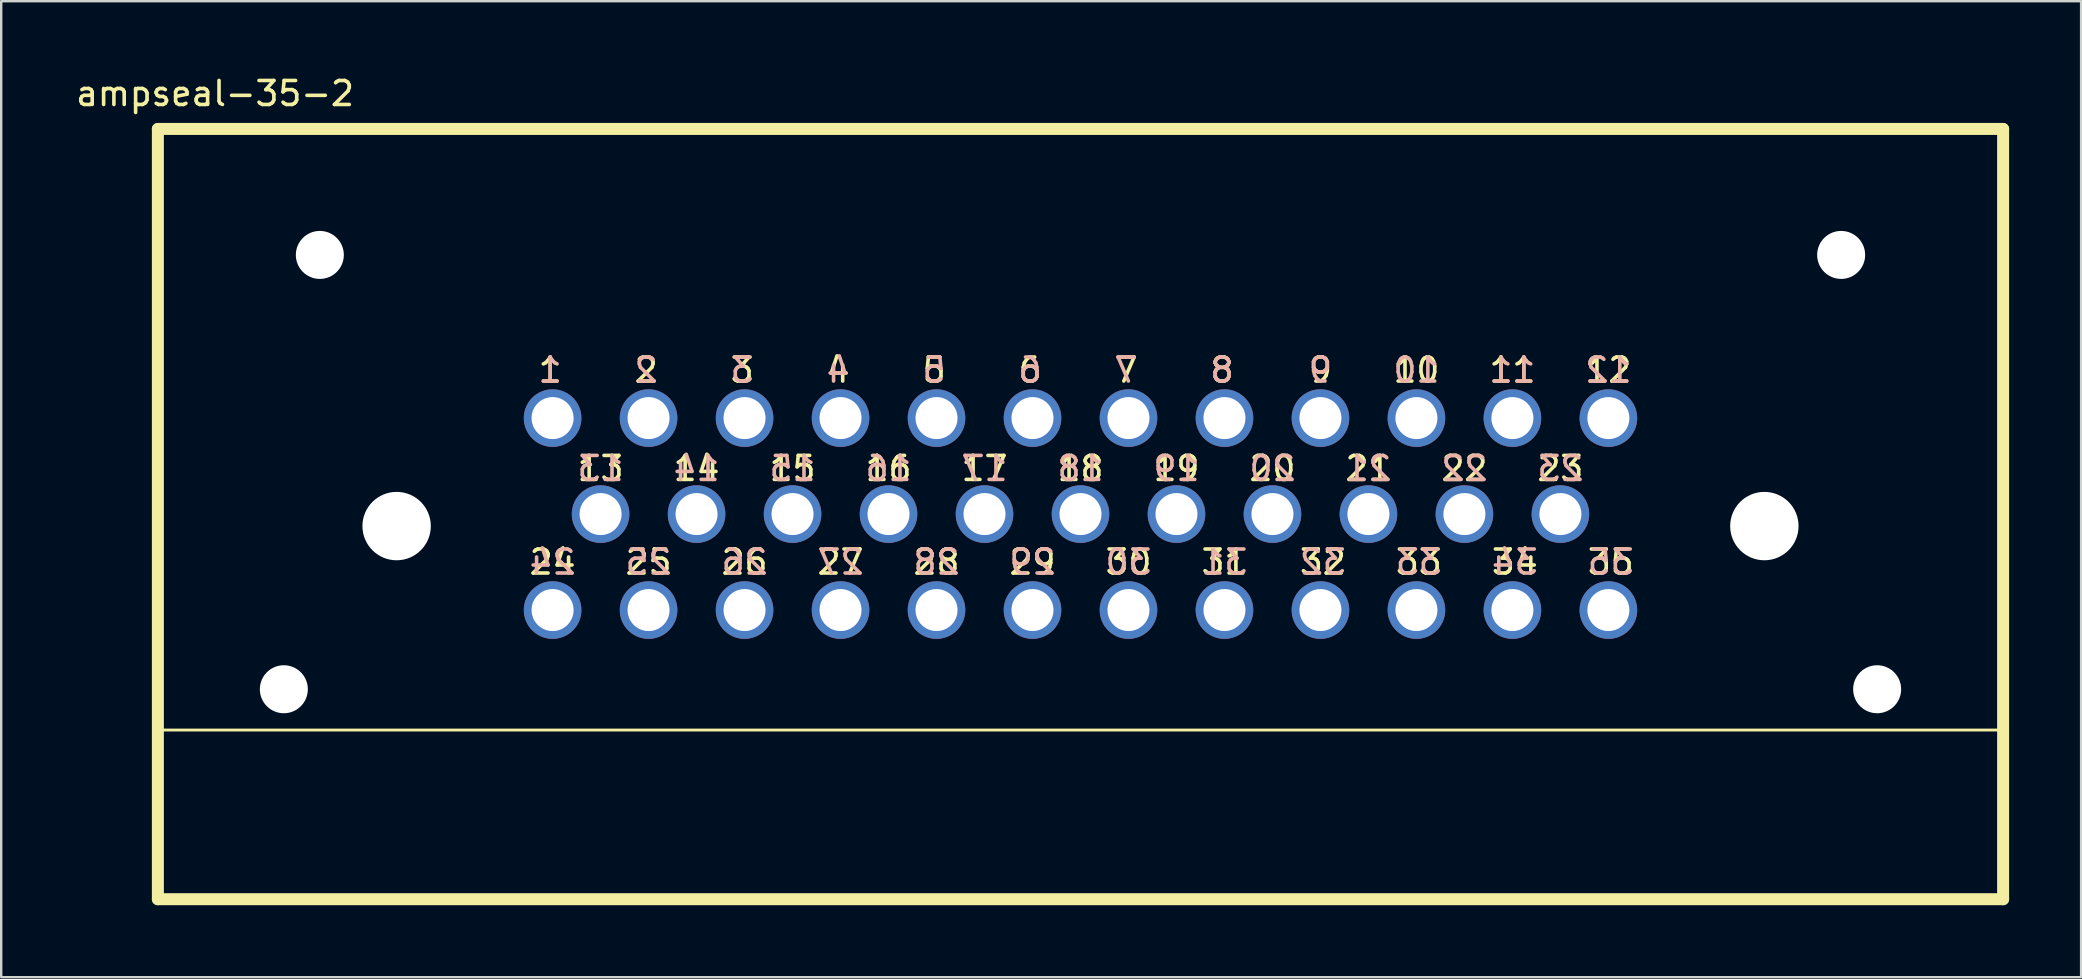
<source format=kicad_pcb>
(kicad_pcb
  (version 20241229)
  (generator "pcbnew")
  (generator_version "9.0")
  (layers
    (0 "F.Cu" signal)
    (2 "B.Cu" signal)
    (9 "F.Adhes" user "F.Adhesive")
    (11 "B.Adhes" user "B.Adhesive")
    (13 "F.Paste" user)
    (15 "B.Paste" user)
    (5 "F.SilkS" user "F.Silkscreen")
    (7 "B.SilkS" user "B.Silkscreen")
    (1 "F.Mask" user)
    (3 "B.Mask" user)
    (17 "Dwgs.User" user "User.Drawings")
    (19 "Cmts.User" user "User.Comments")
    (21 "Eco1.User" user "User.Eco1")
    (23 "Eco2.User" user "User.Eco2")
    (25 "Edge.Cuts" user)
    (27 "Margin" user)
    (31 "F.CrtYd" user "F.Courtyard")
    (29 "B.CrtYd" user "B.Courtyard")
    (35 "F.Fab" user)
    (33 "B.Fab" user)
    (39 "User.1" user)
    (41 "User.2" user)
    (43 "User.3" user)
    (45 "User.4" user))
  (footprint "ampseal-35-2"
    (layer "F.Cu")
    (at 41.979 18.374)
    (property "Reference" "ampseal-35-2" (at -36.068 -17.526 0) (layer "F.SilkS") (effects (font (size 1 1) (thickness 0.15))))
    (attr through_hole)
    (fp_line (start -38.45 -16.05) (end -38.45 16.05) (stroke (width 0.5) (type solid)) (layer "F.SilkS"))
    (fp_line (start -38.45 -16.05) (end 38.45 -16.05) (stroke (width 0.5) (type solid)) (layer "F.SilkS"))
    (fp_line (start -38.45 16.05) (end 38.45 16.05) (stroke (width 0.5) (type solid)) (layer "F.SilkS"))
    (fp_line (start -38.354 9) (end 38.354 9) (stroke (width 0.12) (type solid)) (layer "F.SilkS"))
    (fp_line (start 38.45 -16.05) (end 38.45 16.05) (stroke (width 0.5) (type solid)) (layer "F.SilkS"))
    (fp_text user "5" (at -6.1 -6 0) (unlocked yes) (layer "F.SilkS") (effects (font (size 1 1) (thickness 0.15))))
    (fp_text user "12" (at 22 -6 0) (unlocked yes) (layer "F.SilkS") (effects (font (size 1 1) (thickness 0.15))))
    (fp_text user "3" (at -14.1 -6 0) (unlocked yes) (layer "F.SilkS") (effects (font (size 1 1) (thickness 0.15))))
    (fp_text user "22" (at 16 -1.9 0) (unlocked yes) (layer "F.SilkS") (effects (font (size 1 1) (thickness 0.15))))
    (fp_text user "28" (at -6 2 0) (unlocked yes) (layer "F.SilkS") (effects (font (size 1 1) (thickness 0.15))))
    (fp_text user "15" (at -12 -1.9 0) (unlocked yes) (layer "F.SilkS") (effects (font (size 1 1) (thickness 0.15))))
    (fp_text user "13" (at -20 -1.9 0) (unlocked yes) (layer "F.SilkS") (effects (font (size 1 1) (thickness 0.15))))
    (fp_text user "1" (at -22.1 -6 0) (unlocked yes) (layer "F.SilkS") (effects (font (size 1 1) (thickness 0.15))))
    (fp_text user "11" (at 18 -6 0) (unlocked yes) (layer "F.SilkS") (effects (font (size 1 1) (thickness 0.15))))
    (fp_text user "2" (at -18.1 -6 0) (unlocked yes) (layer "F.SilkS") (effects (font (size 1 1) (thickness 0.15))))
    (fp_text user "35" (at 22.1 2 0) (unlocked yes) (layer "F.SilkS") (effects (font (size 1 1) (thickness 0.15))))
    (fp_text user "32" (at 10.1 2 0) (unlocked yes) (layer "F.SilkS") (effects (font (size 1 1) (thickness 0.15))))
    (fp_text user "21" (at 12 -1.9 0) (unlocked yes) (layer "F.SilkS") (effects (font (size 1 1) (thickness 0.15))))
    (fp_text user "8" (at 5.9 -6 0) (unlocked yes) (layer "F.SilkS") (effects (font (size 1 1) (thickness 0.15))))
    (fp_text user "19" (at 4 -1.9 0) (unlocked yes) (layer "F.SilkS") (effects (font (size 1 1) (thickness 0.15))))
    (fp_text user "6" (at -2.1 -6 0) (unlocked yes) (layer "F.SilkS") (effects (font (size 1 1) (thickness 0.15))))
    (fp_text user "29" (at -2 2 0) (unlocked yes) (layer "F.SilkS") (effects (font (size 1 1) (thickness 0.15))))
    (fp_text user "16" (at -8 -1.9 0) (unlocked yes) (layer "F.SilkS") (effects (font (size 1 1) (thickness 0.15))))
    (fp_text user "10" (at 14 -6 0) (unlocked yes) (layer "F.SilkS") (effects (font (size 1 1) (thickness 0.15))))
    (fp_text user "26" (at -14 2 0) (unlocked yes) (layer "F.SilkS") (effects (font (size 1 1) (thickness 0.15))))
    (fp_text user "31" (at 6 2 0) (unlocked yes) (layer "F.SilkS") (effects (font (size 1 1) (thickness 0.15))))
    (fp_text user "9" (at 10 -6 0) (unlocked yes) (layer "F.SilkS") (effects (font (size 1 1) (thickness 0.15))))
    (fp_text user "27" (at -10 2 0) (unlocked yes) (layer "F.SilkS") (effects (font (size 1 1) (thickness 0.15))))
    (fp_text user "17" (at -4 -1.9 0) (unlocked yes) (layer "F.SilkS") (effects (font (size 1 1) (thickness 0.15))))
    (fp_text user "23" (at 20 -1.9 0) (unlocked yes) (layer "F.SilkS") (effects (font (size 1 1) (thickness 0.15))))
    (fp_text user "20" (at 8 -1.9 0) (unlocked yes) (layer "F.SilkS") (effects (font (size 1 1) (thickness 0.15))))
    (fp_text user "25" (at -18 2 0) (unlocked yes) (layer "F.SilkS") (effects (font (size 1 1) (thickness 0.15))))
    (fp_text user "14" (at -16 -1.9 0) (unlocked yes) (layer "F.SilkS") (effects (font (size 1 1) (thickness 0.15))))
    (fp_text user "4" (at -10.1 -6 0) (unlocked yes) (layer "F.SilkS") (effects (font (size 1 1) (thickness 0.15))))
    (fp_text user "33" (at 14.1 2 0) (unlocked yes) (layer "F.SilkS") (effects (font (size 1 1) (thickness 0.15))))
    (fp_text user "18" (at 0 -1.9 0) (unlocked yes) (layer "F.SilkS") (effects (font (size 1 1) (thickness 0.15))))
    (fp_text user "30" (at 2 2 0) (unlocked yes) (layer "F.SilkS") (effects (font (size 1 1) (thickness 0.15))))
    (fp_text user "34" (at 18.1 2 0) (unlocked yes) (layer "F.SilkS") (effects (font (size 1 1) (thickness 0.15))))
    (fp_text user "7" (at 1.9 -6 0) (unlocked yes) (layer "F.SilkS") (effects (font (size 1 1) (thickness 0.15))))
    (fp_text user "24" (at -22 2 0) (unlocked yes) (layer "F.SilkS") (effects (font (size 1 1) (thickness 0.15))))
    (fp_text user "14" (at -16 -1.9 0) (unlocked yes) (layer "B.SilkS") (effects (font (size 1 1) (thickness 0.15)) (justify mirror)))
    (fp_text user "22" (at 16 -1.9 0) (unlocked yes) (layer "B.SilkS") (effects (font (size 1 1) (thickness 0.15)) (justify mirror)))
    (fp_text user "25" (at -18 2 0) (unlocked yes) (layer "B.SilkS") (effects (font (size 1 1) (thickness 0.15)) (justify mirror)))
    (fp_text user "19" (at 4 -1.9 0) (unlocked yes) (layer "B.SilkS") (effects (font (size 1 1) (thickness 0.15)) (justify mirror)))
    (fp_text user "10" (at 14 -6 0) (unlocked yes) (layer "B.SilkS") (effects (font (size 1 1) (thickness 0.15)) (justify mirror)))
    (fp_text user "5" (at -6.1 -6 0) (unlocked yes) (layer "B.SilkS") (effects (font (size 1 1) (thickness 0.15)) (justify mirror)))
    (fp_text user "29" (at -2 2 0) (unlocked yes) (layer "B.SilkS") (effects (font (size 1 1) (thickness 0.15)) (justify mirror)))
    (fp_text user "7" (at 1.9 -6 0) (unlocked yes) (layer "B.SilkS") (effects (font (size 1 1) (thickness 0.15)) (justify mirror)))
    (fp_text user "17" (at -4 -1.9 0) (unlocked yes) (layer "B.SilkS") (effects (font (size 1 1) (thickness 0.15)) (justify mirror)))
    (fp_text user "20" (at 8 -1.9 0) (unlocked yes) (layer "B.SilkS") (effects (font (size 1 1) (thickness 0.15)) (justify mirror)))
    (fp_text user "13" (at -20 -1.9 0) (unlocked yes) (layer "B.SilkS") (effects (font (size 1 1) (thickness 0.15)) (justify mirror)))
    (fp_text user "21" (at 12 -1.9 0) (unlocked yes) (layer "B.SilkS") (effects (font (size 1 1) (thickness 0.15)) (justify mirror)))
    (fp_text user "32" (at 10.1 2 0) (unlocked yes) (layer "B.SilkS") (effects (font (size 1 1) (thickness 0.15)) (justify mirror)))
    (fp_text user "1" (at -22.1 -6 0) (unlocked yes) (layer "B.SilkS") (effects (font (size 1 1) (thickness 0.15)) (justify mirror)))
    (fp_text user "18" (at 0 -1.9 0) (unlocked yes) (layer "B.SilkS") (effects (font (size 1 1) (thickness 0.15)) (justify mirror)))
    (fp_text user "26" (at -14 2 0) (unlocked yes) (layer "B.SilkS") (effects (font (size 1 1) (thickness 0.15)) (justify mirror)))
    (fp_text user "9" (at 10 -6 0) (unlocked yes) (layer "B.SilkS") (effects (font (size 1 1) (thickness 0.15)) (justify mirror)))
    (fp_text user "27" (at -10 2 0) (unlocked yes) (layer "B.SilkS") (effects (font (size 1 1) (thickness 0.15)) (justify mirror)))
    (fp_text user "35" (at 22.1 2 0) (unlocked yes) (layer "B.SilkS") (effects (font (size 1 1) (thickness 0.15)) (justify mirror)))
    (fp_text user "3" (at -14.1 -6 0) (unlocked yes) (layer "B.SilkS") (effects (font (size 1 1) (thickness 0.15)) (justify mirror)))
    (fp_text user "34" (at 18.1 2 0) (unlocked yes) (layer "B.SilkS") (effects (font (size 1 1) (thickness 0.15)) (justify mirror)))
    (fp_text user "33" (at 14.1 2 0) (unlocked yes) (layer "B.SilkS") (effects (font (size 1 1) (thickness 0.15)) (justify mirror)))
    (fp_text user "24" (at -22 2 0) (unlocked yes) (layer "B.SilkS") (effects (font (size 1 1) (thickness 0.15)) (justify mirror)))
    (fp_text user "23" (at 20 -1.9 0) (unlocked yes) (layer "B.SilkS") (effects (font (size 1 1) (thickness 0.15)) (justify mirror)))
    (fp_text user "15" (at -12 -1.9 0) (unlocked yes) (layer "B.SilkS") (effects (font (size 1 1) (thickness 0.15)) (justify mirror)))
    (fp_text user "30" (at 2 2 0) (unlocked yes) (layer "B.SilkS") (effects (font (size 1 1) (thickness 0.15)) (justify mirror)))
    (fp_text user "8" (at 5.9 -6 0) (unlocked yes) (layer "B.SilkS") (effects (font (size 1 1) (thickness 0.15)) (justify mirror)))
    (fp_text user "11" (at 18 -6 0) (unlocked yes) (layer "B.SilkS") (effects (font (size 1 1) (thickness 0.15)) (justify mirror)))
    (fp_text user "28" (at -6 2 0) (unlocked yes) (layer "B.SilkS") (effects (font (size 1 1) (thickness 0.15)) (justify mirror)))
    (fp_text user "12" (at 22 -6 0) (unlocked yes) (layer "B.SilkS") (effects (font (size 1 1) (thickness 0.15)) (justify mirror)))
    (fp_text user "31" (at 6 2 0) (unlocked yes) (layer "B.SilkS") (effects (font (size 1 1) (thickness 0.15)) (justify mirror)))
    (fp_text user "16" (at -8 -1.9 0) (unlocked yes) (layer "B.SilkS") (effects (font (size 1 1) (thickness 0.15)) (justify mirror)))
    (fp_text user "6" (at -2.1 -6 0) (unlocked yes) (layer "B.SilkS") (effects (font (size 1 1) (thickness 0.15)) (justify mirror)))
    (fp_text user "2" (at -18.1 -6 0) (unlocked yes) (layer "B.SilkS") (effects (font (size 1 1) (thickness 0.15)) (justify mirror)))
    (fp_text user "4" (at -10.1 -6 0) (unlocked yes) (layer "B.SilkS") (effects (font (size 1 1) (thickness 0.15)) (justify mirror)))
    (pad "" np_thru_hole circle (at -33.2 7.3) (size 2 2) (drill 2) (layers "*.Cu" "*.Mask"))
    (pad "" np_thru_hole circle (at -31.7 -10.8) (size 2 2) (drill 2) (layers "*.Cu" "*.Mask"))
    (pad "" np_thru_hole circle (at -28.5 0.5) (size 2.85 2.85) (drill 2.85) (layers "*.Cu" "*.Mask"))
    (pad "" np_thru_hole circle (at 28.5 0.5) (size 2.85 2.85) (drill 2.85) (layers "*.Cu" "*.Mask"))
    (pad "" np_thru_hole circle (at 31.7 -10.8) (size 2 2) (drill 2) (layers "*.Cu" "*.Mask"))
    (pad "" np_thru_hole circle (at 33.2 7.3) (size 2 2) (drill 2) (layers "*.Cu" "*.Mask"))
    (pad "1" thru_hole circle (at -22 -4) (size 2.4 2.4) (drill 1.75) (layers "*.Cu" "*.Mask"))
    (pad "2" thru_hole circle (at -18 -4) (size 2.4 2.4) (drill 1.75) (layers "*.Cu" "*.Mask"))
    (pad "3" thru_hole circle (at -14 -4) (size 2.4 2.4) (drill 1.75) (layers "*.Cu" "*.Mask"))
    (pad "4" thru_hole circle (at -10 -4) (size 2.4 2.4) (drill 1.75) (layers "*.Cu" "*.Mask"))
    (pad "5" thru_hole circle (at -6 -4) (size 2.4 2.4) (drill 1.75) (layers "*.Cu" "*.Mask"))
    (pad "6" thru_hole circle (at -2 -4) (size 2.4 2.4) (drill 1.75) (layers "*.Cu" "*.Mask"))
    (pad "7" thru_hole circle (at 2 -4) (size 2.4 2.4) (drill 1.75) (layers "*.Cu" "*.Mask"))
    (pad "8" thru_hole circle (at 6 -4) (size 2.4 2.4) (drill 1.75) (layers "*.Cu" "*.Mask"))
    (pad "9" thru_hole circle (at 10 -4) (size 2.4 2.4) (drill 1.75) (layers "*.Cu" "*.Mask"))
    (pad "10" thru_hole circle (at 14 -4) (size 2.4 2.4) (drill 1.75) (layers "*.Cu" "*.Mask"))
    (pad "11" thru_hole circle (at 18 -4) (size 2.4 2.4) (drill 1.75) (layers "*.Cu" "*.Mask"))
    (pad "12" thru_hole circle (at 22 -4) (size 2.4 2.4) (drill 1.75) (layers "*.Cu" "*.Mask"))
    (pad "13" thru_hole circle (at -20 0) (size 2.4 2.4) (drill 1.75) (layers "*.Cu" "*.Mask"))
    (pad "14" thru_hole circle (at -16 0) (size 2.4 2.4) (drill 1.75) (layers "*.Cu" "*.Mask"))
    (pad "15" thru_hole circle (at -12 0) (size 2.4 2.4) (drill 1.75) (layers "*.Cu" "*.Mask"))
    (pad "16" thru_hole circle (at -8 0) (size 2.4 2.4) (drill 1.75) (layers "*.Cu" "*.Mask"))
    (pad "17" thru_hole circle (at -4 0) (size 2.4 2.4) (drill 1.75) (layers "*.Cu" "*.Mask"))
    (pad "18" thru_hole circle (at 0 0) (size 2.4 2.4) (drill 1.75) (layers "*.Cu" "*.Mask"))
    (pad "19" thru_hole circle (at 4 0) (size 2.4 2.4) (drill 1.75) (layers "*.Cu" "*.Mask"))
    (pad "20" thru_hole circle (at 8 0) (size 2.4 2.4) (drill 1.75) (layers "*.Cu" "*.Mask"))
    (pad "21" thru_hole circle (at 12 0) (size 2.4 2.4) (drill 1.75) (layers "*.Cu" "*.Mask"))
    (pad "22" thru_hole circle (at 16 0) (size 2.4 2.4) (drill 1.75) (layers "*.Cu" "*.Mask"))
    (pad "23" thru_hole circle (at 20 0) (size 2.4 2.4) (drill 1.75) (layers "*.Cu" "*.Mask"))
    (pad "24" thru_hole circle (at -22 4) (size 2.4 2.4) (drill 1.75) (layers "*.Cu" "*.Mask"))
    (pad "25" thru_hole circle (at -18 4) (size 2.4 2.4) (drill 1.75) (layers "*.Cu" "*.Mask"))
    (pad "26" thru_hole circle (at -14 4) (size 2.4 2.4) (drill 1.75) (layers "*.Cu" "*.Mask"))
    (pad "27" thru_hole circle (at -10 4) (size 2.4 2.4) (drill 1.75) (layers "*.Cu" "*.Mask"))
    (pad "28" thru_hole circle (at -6 4) (size 2.4 2.4) (drill 1.75) (layers "*.Cu" "*.Mask"))
    (pad "29" thru_hole circle (at -2 4) (size 2.4 2.4) (drill 1.75) (layers "*.Cu" "*.Mask"))
    (pad "30" thru_hole circle (at 2 4) (size 2.4 2.4) (drill 1.75) (layers "*.Cu" "*.Mask"))
    (pad "31" thru_hole circle (at 6 4) (size 2.4 2.4) (drill 1.75) (layers "*.Cu" "*.Mask"))
    (pad "32" thru_hole circle (at 10 4) (size 2.4 2.4) (drill 1.75) (layers "*.Cu" "*.Mask"))
    (pad "33" thru_hole circle (at 14 4) (size 2.4 2.4) (drill 1.75) (layers "*.Cu" "*.Mask"))
    (pad "34" thru_hole circle (at 18 4) (size 2.4 2.4) (drill 1.75) (layers "*.Cu" "*.Mask"))
    (pad "35" thru_hole circle (at 22 4) (size 2.4 2.4) (drill 1.75) (layers "*.Cu" "*.Mask")))
  (gr_rect
    (start -3 -3)
    (end 83.679 37.674)
    (stroke (width 0.1) (type default))
    (fill no)
    (layer "Edge.Cuts")))
</source>
